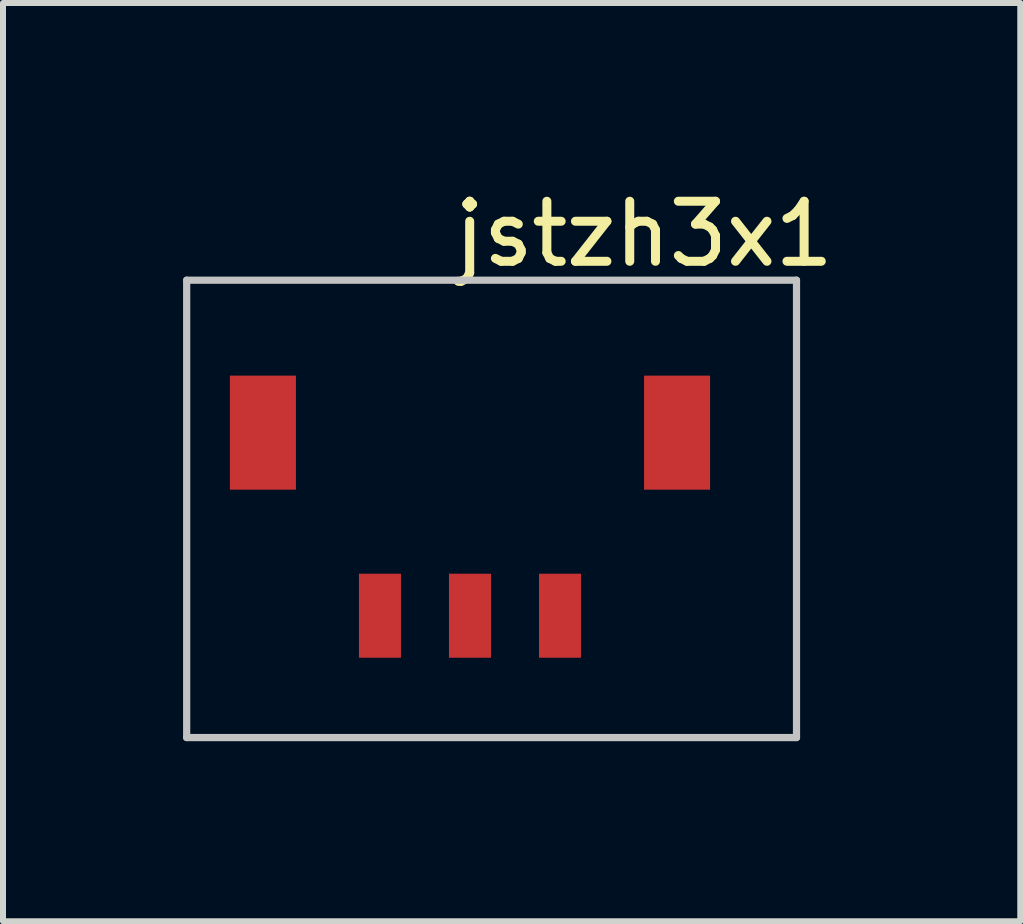
<source format=kicad_pcb>
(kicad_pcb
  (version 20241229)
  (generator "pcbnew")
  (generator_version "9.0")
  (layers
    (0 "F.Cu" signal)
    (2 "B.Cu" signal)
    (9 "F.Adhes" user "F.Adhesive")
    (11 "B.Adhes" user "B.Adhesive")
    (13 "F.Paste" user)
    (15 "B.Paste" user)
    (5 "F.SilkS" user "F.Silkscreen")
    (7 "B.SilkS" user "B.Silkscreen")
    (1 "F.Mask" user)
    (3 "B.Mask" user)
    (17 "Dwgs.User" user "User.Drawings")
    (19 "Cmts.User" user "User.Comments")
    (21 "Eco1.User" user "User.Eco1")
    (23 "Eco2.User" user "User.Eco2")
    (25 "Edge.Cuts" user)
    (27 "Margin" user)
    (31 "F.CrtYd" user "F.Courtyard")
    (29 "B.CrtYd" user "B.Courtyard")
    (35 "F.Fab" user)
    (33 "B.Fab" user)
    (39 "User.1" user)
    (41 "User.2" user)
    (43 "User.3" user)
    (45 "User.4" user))
  (footprint "jstzh3x1"
    (layer "F.Cu")
    (at 7.68 0.348)
    (property "Reference" "jstzh3x1" (at 0 0.5 0) (layer "F.SilkS") (effects (font (size 1 1) (thickness 0.15))))
    (attr through_hole)
    (fp_line (start -7.62 1.27) (end 2.54 1.27) (stroke (width 0.12) (type solid)) (layer "Dwgs.User"))
    (fp_line (start -7.62 8.89) (end -7.62 1.27) (stroke (width 0.12) (type solid)) (layer "Dwgs.User"))
    (fp_line (start 2.54 1.27) (end 2.54 8.89) (stroke (width 0.12) (type solid)) (layer "Dwgs.User"))
    (fp_line (start 2.54 8.89) (end -7.62 8.89) (stroke (width 0.12) (type solid)) (layer "Dwgs.User"))
    (pad "1" smd rect (at -4.4 6.86) (size 0.7 1.4) (layers "F.Cu" "F.Mask" "F.Paste"))
    (pad "2" smd rect (at -2.9 6.86) (size 0.7 1.4) (layers "F.Cu" "F.Mask" "F.Paste"))
    (pad "3" smd rect (at -1.4 6.86) (size 0.7 1.4) (layers "F.Cu" "F.Mask" "F.Paste"))
    (pad "4" smd rect (at -6.35 3.81) (size 1.1 1.9) (layers "F.Cu" "F.Mask" "F.Paste"))
    (pad "4" smd rect (at 0.55 3.81) (size 1.1 1.9) (layers "F.Cu" "F.Mask" "F.Paste")))
  (gr_rect
    (start -3 -3)
    (end 13.948 12.298)
    (stroke (width 0.1) (type default))
    (fill no)
    (layer "Edge.Cuts")))
</source>
